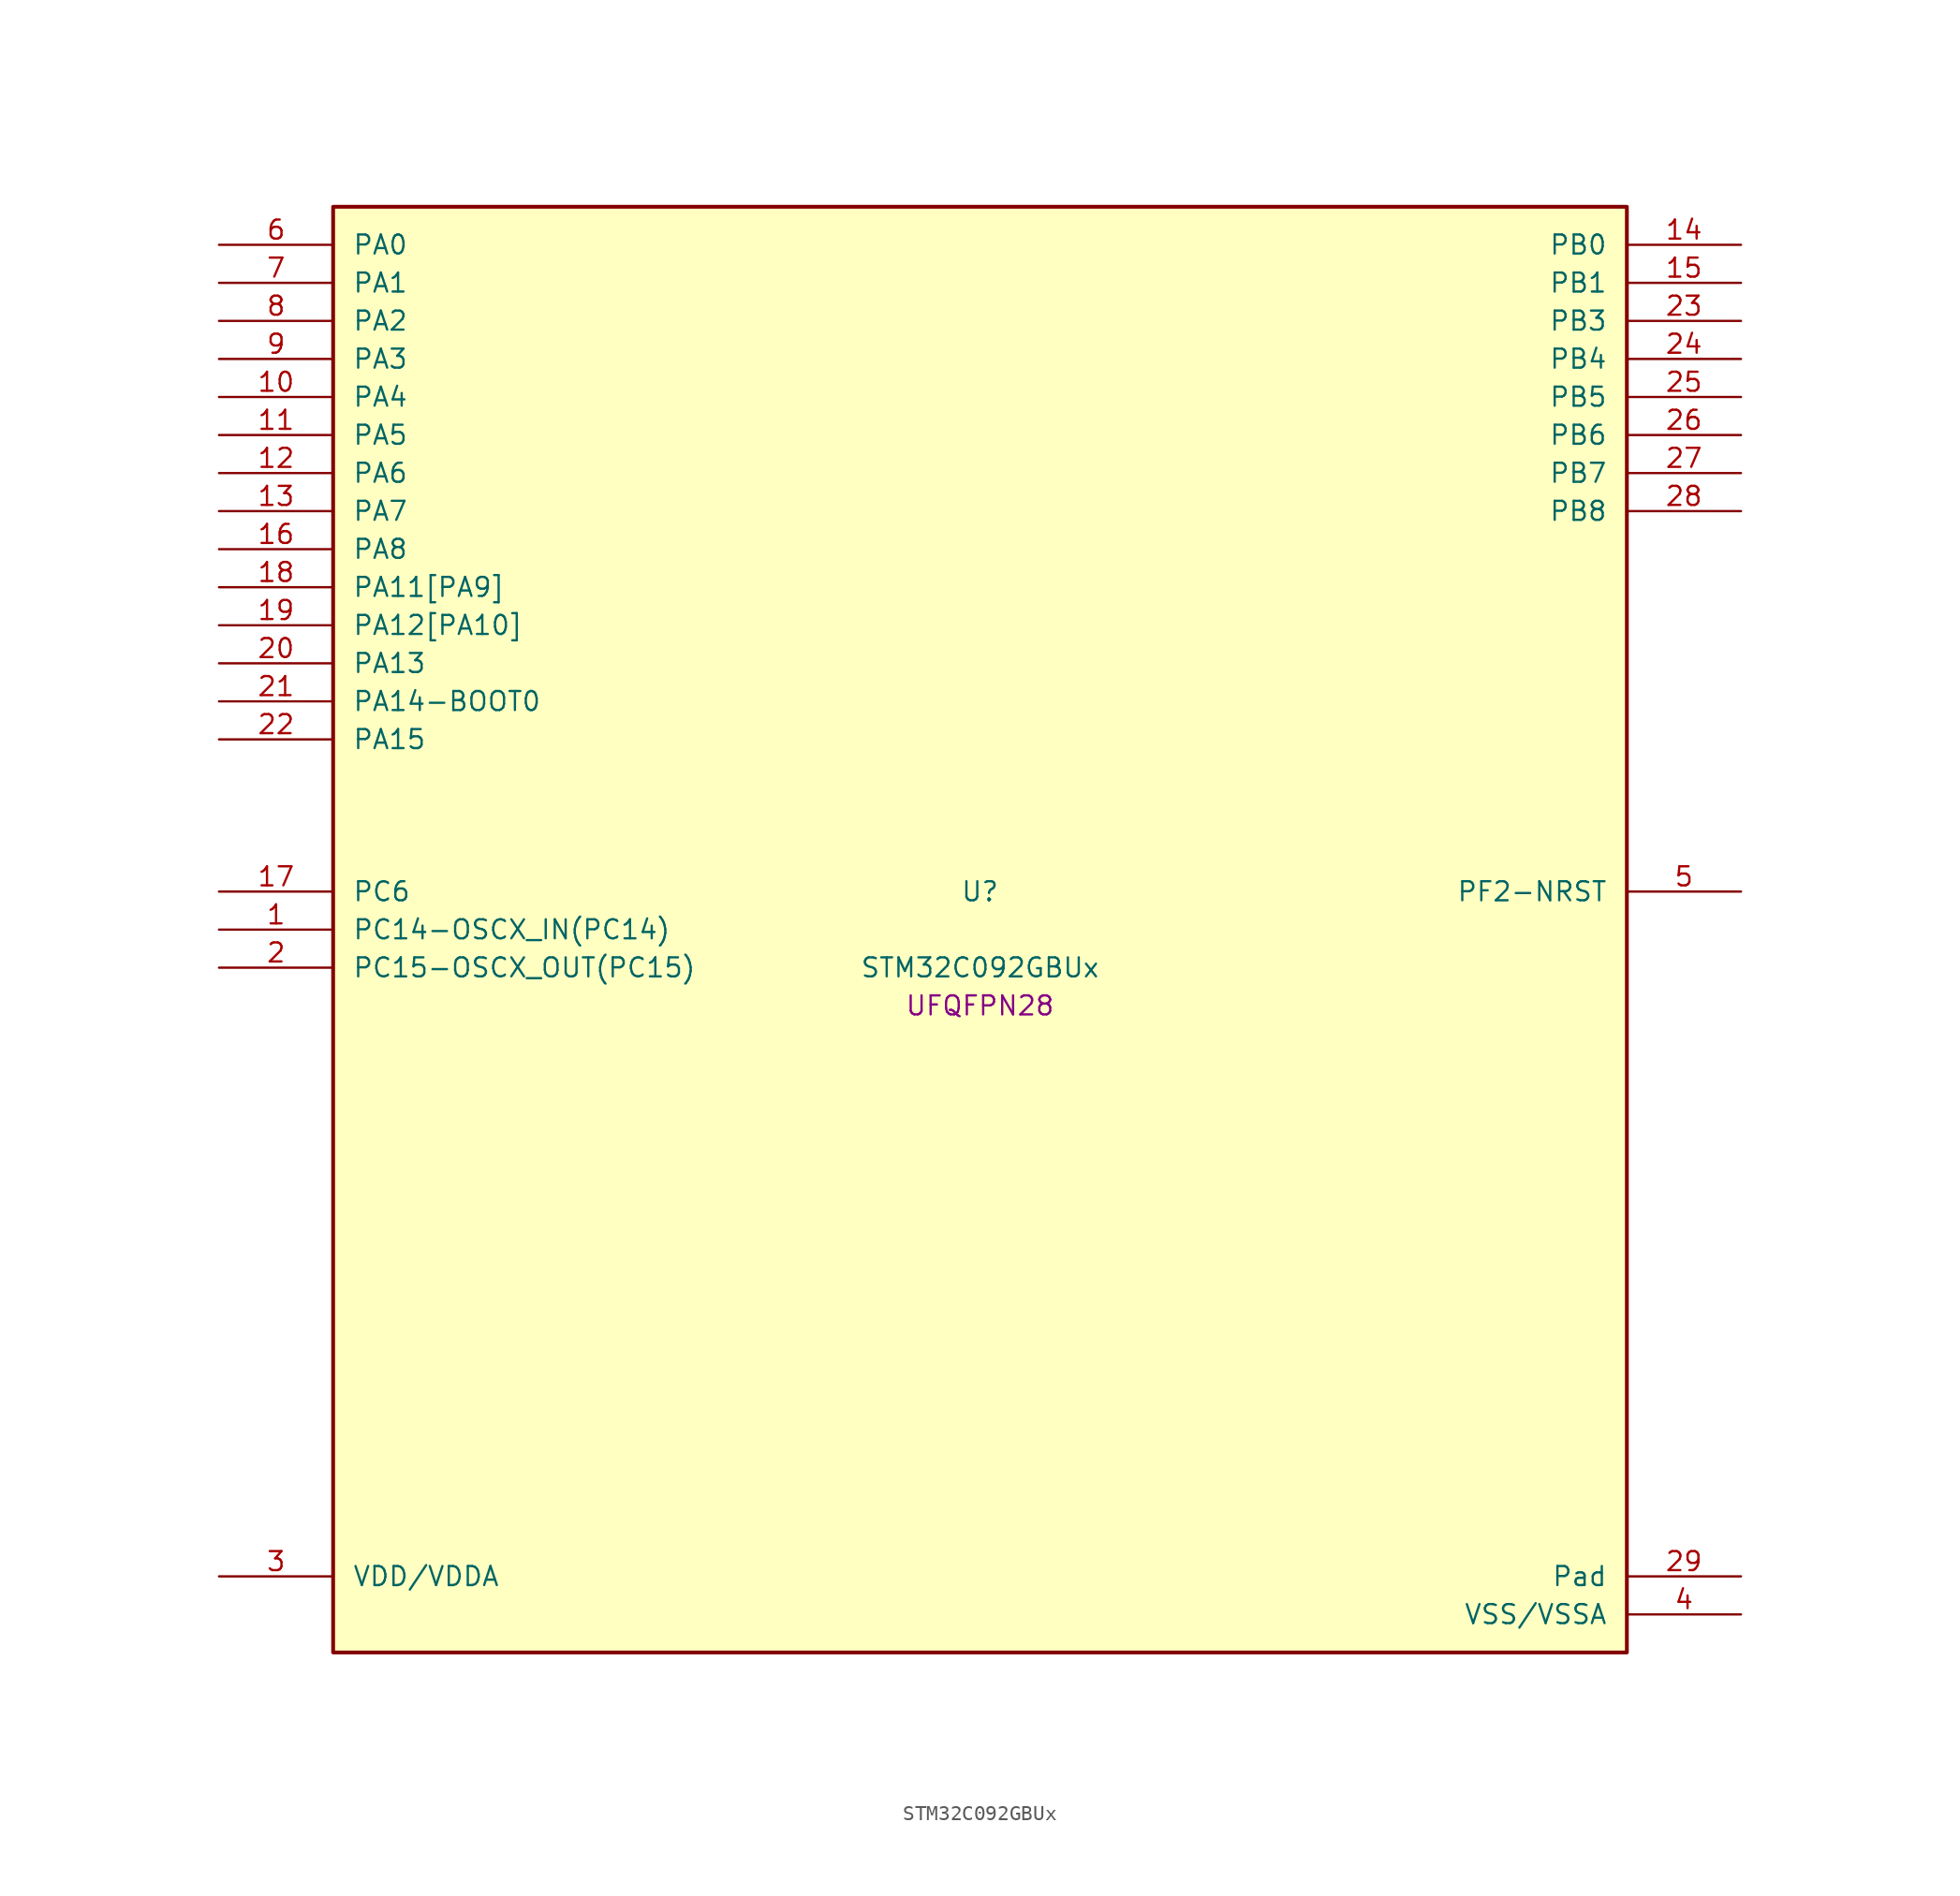
<source format=kicad_sym>
(kicad_symbol_lib
  (version 20241209)
  (generator "stm32_pkl_generator")
  (generator_version "1.0")
  (symbol "STM32C092GBUx"
    (pin_names
      (offset 1.27))
    (property "Reference" "U"
      (at 0 2.54 0))
    (property "Value" "STM32C092GBUx"
      (at 0 -2.54 0))
    (property "Footprint" "UFQFPN28"
      (at 0 -5.08 0))
    (symbol "STM32C092GBUx_1_1"
      (rectangle (start -43.18 48.26) (end 43.18 -48.26) (stroke (width 0.254) (type solid)) (fill (type background)))
      (pin bidirectional line (at -50.8 45.72 0) (length 7.62) (name "PA0") (number "6") (alternate "PA0/ADC1_IN0" bidirectional line) (alternate "PA0/PWR_WKUP1" bidirectional line) (alternate "PA0/SPI2_SCK" bidirectional line) (alternate "PA0/TIM16_CH1" bidirectional line) (alternate "PA0/TIM1_CH1" bidirectional line) (alternate "PA0/TIM2_CH1" bidirectional line) (alternate "PA0/TIM2_ETR" bidirectional line) (alternate "PA0/USART1_TX" bidirectional line) (alternate "PA0/USART2_CTS" bidirectional line) (alternate "PA0/USART2_NSS" bidirectional line) (alternate "PA0/USART4_TX" bidirectional line))
      (pin bidirectional line (at -50.8 43.18 0) (length 7.62) (name "PA1") (number "7") (alternate "PA1/ADC1_IN1" bidirectional line) (alternate "PA1/I2C1_SMBA" bidirectional line) (alternate "PA1/I2S1_CK" bidirectional line) (alternate "PA1/SPI1_SCK" bidirectional line) (alternate "PA1/TIM15_CH1N" bidirectional line) (alternate "PA1/TIM17_CH1" bidirectional line) (alternate "PA1/TIM1_CH2" bidirectional line) (alternate "PA1/TIM2_CH2" bidirectional line) (alternate "PA1/USART1_RX" bidirectional line) (alternate "PA1/USART2_CK" bidirectional line) (alternate "PA1/USART2_DE" bidirectional line) (alternate "PA1/USART2_RTS" bidirectional line) (alternate "PA1/USART4_RX" bidirectional line))
      (pin bidirectional line (at -50.8 40.64 0) (length 7.62) (name "PA2") (number "8") (alternate "PA2/ADC1_IN2" bidirectional line) (alternate "PA2/I2S1_SD" bidirectional line) (alternate "PA2/PWR_WKUP4" bidirectional line) (alternate "PA2/RCC_LSCO" bidirectional line) (alternate "PA2/SPI1_MOSI" bidirectional line) (alternate "PA2/TIM15_CH1" bidirectional line) (alternate "PA2/TIM16_CH1N" bidirectional line) (alternate "PA2/TIM1_CH3" bidirectional line) (alternate "PA2/TIM2_CH3" bidirectional line) (alternate "PA2/TIM3_ETR" bidirectional line) (alternate "PA2/USART2_TX" bidirectional line))
      (pin bidirectional line (at -50.8 38.1 0) (length 7.62) (name "PA3") (number "9") (alternate "PA3/ADC1_IN3" bidirectional line) (alternate "PA3/SPI2_MISO" bidirectional line) (alternate "PA3/TIM15_CH2" bidirectional line) (alternate "PA3/TIM1_CH1N" bidirectional line) (alternate "PA3/TIM1_CH4" bidirectional line) (alternate "PA3/TIM2_CH4" bidirectional line) (alternate "PA3/USART2_RX" bidirectional line))
      (pin bidirectional line (at -50.8 35.56 0) (length 7.62) (name "PA4") (number "10") (alternate "PA4/ADC1_IN4" bidirectional line) (alternate "PA4/I2S1_WS" bidirectional line) (alternate "PA4/PWR_WKUP2" bidirectional line) (alternate "PA4/RTC_OUT1" bidirectional line) (alternate "PA4/RTC_TS" bidirectional line) (alternate "PA4/SPI1_NSS" bidirectional line) (alternate "PA4/SPI2_MOSI" bidirectional line) (alternate "PA4/TIM14_CH1" bidirectional line) (alternate "PA4/TIM17_CH1N" bidirectional line) (alternate "PA4/TIM1_CH2N" bidirectional line) (alternate "PA4/USART2_TX" bidirectional line))
      (pin bidirectional line (at -50.8 33.02 0) (length 7.62) (name "PA5") (number "11") (alternate "PA5/ADC1_IN5" bidirectional line) (alternate "PA5/I2S1_CK" bidirectional line) (alternate "PA5/SPI1_SCK" bidirectional line) (alternate "PA5/TIM1_CH1" bidirectional line) (alternate "PA5/TIM1_CH3N" bidirectional line) (alternate "PA5/TIM2_CH1" bidirectional line) (alternate "PA5/TIM2_ETR" bidirectional line) (alternate "PA5/USART2_RX" bidirectional line) (alternate "PA5/USART3_TX" bidirectional line))
      (pin bidirectional line (at -50.8 30.48 0) (length 7.62) (name "PA6") (number "12") (alternate "PA6/ADC1_IN6" bidirectional line) (alternate "PA6/I2C2_SDA" bidirectional line) (alternate "PA6/I2S1_MCK" bidirectional line) (alternate "PA6/SPI1_MISO" bidirectional line) (alternate "PA6/TIM16_CH1" bidirectional line) (alternate "PA6/TIM1_BKIN" bidirectional line) (alternate "PA6/TIM3_CH1" bidirectional line) (alternate "PA6/USART3_CTS" bidirectional line) (alternate "PA6/USART3_NSS" bidirectional line))
      (pin bidirectional line (at -50.8 27.94 0) (length 7.62) (name "PA7") (number "13") (alternate "PA7/ADC1_IN7" bidirectional line) (alternate "PA7/I2C2_SCL" bidirectional line) (alternate "PA7/I2S1_SD" bidirectional line) (alternate "PA7/SPI1_MOSI" bidirectional line) (alternate "PA7/TIM14_CH1" bidirectional line) (alternate "PA7/TIM17_CH1" bidirectional line) (alternate "PA7/TIM1_CH1N" bidirectional line) (alternate "PA7/TIM3_CH2" bidirectional line))
      (pin bidirectional line (at -50.8 25.4 0) (length 7.62) (name "PA8") (number "16") (alternate "PA8/ADC1_IN8" bidirectional line) (alternate "PA8/I2S1_WS" bidirectional line) (alternate "PA8/RCC_MCO" bidirectional line) (alternate "PA8/RCC_MCO_2" bidirectional line) (alternate "PA8/SPI1_NSS" bidirectional line) (alternate "PA8/SPI2_MISO" bidirectional line) (alternate "PA8/SPI2_NSS" bidirectional line) (alternate "PA8/TIM14_CH1" bidirectional line) (alternate "PA8/TIM1_CH1" bidirectional line) (alternate "PA8/TIM1_CH2N" bidirectional line) (alternate "PA8/TIM1_CH3N" bidirectional line) (alternate "PA8/TIM3_CH3" bidirectional line) (alternate "PA8/TIM3_CH4" bidirectional line) (alternate "PA8/USART1_RX" bidirectional line) (alternate "PA8/USART2_TX" bidirectional line))
      (pin bidirectional line (at -50.8 22.86 0) (length 7.62) (name "PA11[PA9]") (number "18") (alternate "PA11[PA9]/ADC1_EXTI11" bidirectional line) (alternate "PA11[PA9]/FDCAN1_RX" bidirectional line) (alternate "PA11[PA9]/I2C2_SCL" bidirectional line) (alternate "PA11[PA9]/I2S1_MCK" bidirectional line) (alternate "PA11[PA9]/SPI1_MISO" bidirectional line) (alternate "PA11[PA9]/TIM1_BKIN2" bidirectional line) (alternate "PA11[PA9]/TIM1_CH4" bidirectional line) (alternate "PA11[PA9]/USART1_CTS" bidirectional line) (alternate "PA11[PA9]/USART1_NSS" bidirectional line) (alternate "PA11[PA9]/PA9[PA11]" bidirectional line) (alternate "PA11[PA9]/I2C1_SCL" bidirectional line) (alternate "PA11[PA9]/RCC_MCO" bidirectional line) (alternate "PA11[PA9]/SPI2_MISO" bidirectional line) (alternate "PA11[PA9]/TIM15_BKIN" bidirectional line) (alternate "PA11[PA9]/TIM1_CH2" bidirectional line) (alternate "PA11[PA9]/TIM3_ETR" bidirectional line) (alternate "PA11[PA9]/USART1_TX" bidirectional line))
      (pin bidirectional line (at -50.8 20.32 0) (length 7.62) (name "PA12[PA10]") (number "19") (alternate "PA12[PA10]/FDCAN1_TX" bidirectional line) (alternate "PA12[PA10]/I2C2_SDA" bidirectional line) (alternate "PA12[PA10]/I2S1_SD" bidirectional line) (alternate "PA12[PA10]/I2S_CKIN" bidirectional line) (alternate "PA12[PA10]/SPI1_MOSI" bidirectional line) (alternate "PA12[PA10]/TIM1_ETR" bidirectional line) (alternate "PA12[PA10]/USART1_CK" bidirectional line) (alternate "PA12[PA10]/USART1_DE" bidirectional line) (alternate "PA12[PA10]/USART1_RTS" bidirectional line) (alternate "PA12[PA10]/PA10[PA12]" bidirectional line) (alternate "PA12[PA10]/I2C1_SDA" bidirectional line) (alternate "PA12[PA10]/RCC_MCO_2" bidirectional line) (alternate "PA12[PA10]/SPI2_MOSI" bidirectional line) (alternate "PA12[PA10]/TIM17_BKIN" bidirectional line) (alternate "PA12[PA10]/TIM1_CH3" bidirectional line) (alternate "PA12[PA10]/USART1_RX" bidirectional line))
      (pin bidirectional line (at -50.8 17.78 0) (length 7.62) (name "PA13") (number "20") (alternate "PA13/ADC1_IN13" bidirectional line) (alternate "PA13/DEBUG_SWDIO" bidirectional line) (alternate "PA13/IR_OUT" bidirectional line) (alternate "PA13/TIM3_ETR" bidirectional line) (alternate "PA13/USART2_RX" bidirectional line))
      (pin bidirectional line (at -50.8 15.24 0) (length 7.62) (name "PA14-BOOT0") (number "21") (alternate "PA14-BOOT0/ADC1_IN14" bidirectional line) (alternate "PA14-BOOT0/BOOT0" bidirectional line) (alternate "PA14-BOOT0/DEBUG_SWCLK" bidirectional line) (alternate "PA14-BOOT0/I2S1_WS" bidirectional line) (alternate "PA14-BOOT0/RCC_MCO_2" bidirectional line) (alternate "PA14-BOOT0/SPI1_NSS" bidirectional line) (alternate "PA14-BOOT0/TIM1_CH1" bidirectional line) (alternate "PA14-BOOT0/USART1_CK" bidirectional line) (alternate "PA14-BOOT0/USART1_DE" bidirectional line) (alternate "PA14-BOOT0/USART1_RTS" bidirectional line) (alternate "PA14-BOOT0/USART2_RX" bidirectional line) (alternate "PA14-BOOT0/USART2_TX" bidirectional line))
      (pin bidirectional line (at -50.8 12.7 0) (length 7.62) (name "PA15") (number "22") (alternate "PA15/I2S1_WS" bidirectional line) (alternate "PA15/RCC_MCO_2" bidirectional line) (alternate "PA15/SPI1_NSS" bidirectional line) (alternate "PA15/TIM1_CH1" bidirectional line) (alternate "PA15/TIM2_CH1" bidirectional line) (alternate "PA15/TIM2_ETR" bidirectional line) (alternate "PA15/USART1_CK" bidirectional line) (alternate "PA15/USART1_DE" bidirectional line) (alternate "PA15/USART1_RTS" bidirectional line) (alternate "PA15/USART2_RX" bidirectional line) (alternate "PA15/USART3_CK" bidirectional line) (alternate "PA15/USART3_DE" bidirectional line) (alternate "PA15/USART3_RTS" bidirectional line) (alternate "PA15/USART4_CK" bidirectional line) (alternate "PA15/USART4_DE" bidirectional line) (alternate "PA15/USART4_RTS" bidirectional line))
      (pin bidirectional line (at 50.8 45.72 180) (length 7.62) (name "PB0") (number "14") (alternate "PB0/ADC1_IN17" bidirectional line) (alternate "PB0/FDCAN1_RX" bidirectional line) (alternate "PB0/I2S1_WS" bidirectional line) (alternate "PB0/SPI1_NSS" bidirectional line) (alternate "PB0/TIM1_CH2N" bidirectional line) (alternate "PB0/TIM3_CH3" bidirectional line) (alternate "PB0/USART3_RX" bidirectional line))
      (pin bidirectional line (at 50.8 43.18 180) (length 7.62) (name "PB1") (number "15") (alternate "PB1/ADC1_IN18" bidirectional line) (alternate "PB1/FDCAN1_TX" bidirectional line) (alternate "PB1/TIM14_CH1" bidirectional line) (alternate "PB1/TIM1_CH2N" bidirectional line) (alternate "PB1/TIM1_CH3N" bidirectional line) (alternate "PB1/TIM3_CH4" bidirectional line) (alternate "PB1/USART3_CK" bidirectional line) (alternate "PB1/USART3_DE" bidirectional line) (alternate "PB1/USART3_RTS" bidirectional line))
      (pin bidirectional line (at 50.8 40.64 180) (length 7.62) (name "PB3") (number "23") (alternate "PB3/I2C2_SCL" bidirectional line) (alternate "PB3/I2S1_CK" bidirectional line) (alternate "PB3/SPI1_SCK" bidirectional line) (alternate "PB3/TIM1_CH2" bidirectional line) (alternate "PB3/TIM2_CH2" bidirectional line) (alternate "PB3/TIM3_CH2" bidirectional line) (alternate "PB3/USART1_CK" bidirectional line) (alternate "PB3/USART1_DE" bidirectional line) (alternate "PB3/USART1_RTS" bidirectional line))
      (pin bidirectional line (at 50.8 38.1 180) (length 7.62) (name "PB4") (number "24") (alternate "PB4/I2C2_SDA" bidirectional line) (alternate "PB4/I2S1_MCK" bidirectional line) (alternate "PB4/SPI1_MISO" bidirectional line) (alternate "PB4/TIM17_BKIN" bidirectional line) (alternate "PB4/TIM3_CH1" bidirectional line) (alternate "PB4/USART1_CTS" bidirectional line) (alternate "PB4/USART1_NSS" bidirectional line))
      (pin bidirectional line (at 50.8 35.56 180) (length 7.62) (name "PB5") (number "25") (alternate "PB5/FDCAN1_RX" bidirectional line) (alternate "PB5/I2C1_SMBA" bidirectional line) (alternate "PB5/I2S1_SD" bidirectional line) (alternate "PB5/PWR_WKUP6" bidirectional line) (alternate "PB5/SPI1_MOSI" bidirectional line) (alternate "PB5/TIM16_BKIN" bidirectional line) (alternate "PB5/TIM3_CH2" bidirectional line) (alternate "PB5/TIM3_CH3" bidirectional line))
      (pin bidirectional line (at 50.8 33.02 180) (length 7.62) (name "PB6") (number "26") (alternate "PB6/FDCAN1_TX" bidirectional line) (alternate "PB6/I2C1_SCL" bidirectional line) (alternate "PB6/I2C1_SMBA" bidirectional line) (alternate "PB6/I2S1_CK" bidirectional line) (alternate "PB6/I2S1_MCK" bidirectional line) (alternate "PB6/I2S1_SD" bidirectional line) (alternate "PB6/PWR_WKUP3" bidirectional line) (alternate "PB6/SPI1_MISO" bidirectional line) (alternate "PB6/SPI1_MOSI" bidirectional line) (alternate "PB6/SPI1_SCK" bidirectional line) (alternate "PB6/SPI2_MISO" bidirectional line) (alternate "PB6/TIM16_BKIN" bidirectional line) (alternate "PB6/TIM16_CH1N" bidirectional line) (alternate "PB6/TIM1_CH2" bidirectional line) (alternate "PB6/TIM1_CH3" bidirectional line) (alternate "PB6/TIM3_CH1" bidirectional line) (alternate "PB6/TIM3_CH2" bidirectional line) (alternate "PB6/TIM3_CH3" bidirectional line) (alternate "PB6/USART1_CTS" bidirectional line) (alternate "PB6/USART1_NSS" bidirectional line) (alternate "PB6/USART1_TX" bidirectional line))
      (pin bidirectional line (at 50.8 30.48 180) (length 7.62) (name "PB7") (number "27") (alternate "PB7/I2C1_SCL" bidirectional line) (alternate "PB7/I2C1_SDA" bidirectional line) (alternate "PB7/RTC_REFIN" bidirectional line) (alternate "PB7/SPI2_MOSI" bidirectional line) (alternate "PB7/TIM16_CH1" bidirectional line) (alternate "PB7/TIM17_CH1N" bidirectional line) (alternate "PB7/TIM1_CH4" bidirectional line) (alternate "PB7/TIM3_CH1" bidirectional line) (alternate "PB7/TIM3_CH4" bidirectional line) (alternate "PB7/USART1_RX" bidirectional line) (alternate "PB7/USART2_CTS" bidirectional line) (alternate "PB7/USART2_NSS" bidirectional line) (alternate "PB7/USART4_CTS" bidirectional line) (alternate "PB7/USART4_NSS" bidirectional line))
      (pin bidirectional line (at 50.8 27.94 180) (length 7.62) (name "PB8") (number "28") (alternate "PB8/FDCAN1_RX" bidirectional line) (alternate "PB8/I2C1_SCL" bidirectional line) (alternate "PB8/SPI2_SCK" bidirectional line) (alternate "PB8/TIM15_BKIN" bidirectional line) (alternate "PB8/TIM16_CH1" bidirectional line) (alternate "PB8/TIM3_CH1" bidirectional line) (alternate "PB8/USART2_CTS" bidirectional line) (alternate "PB8/USART2_NSS" bidirectional line) (alternate "PB8/USART3_TX" bidirectional line))
      (pin bidirectional line (at -50.8 2.54 0) (length 7.62) (name "PC6") (number "17") (alternate "PC6/TIM2_CH3" bidirectional line) (alternate "PC6/TIM3_CH1" bidirectional line))
      (pin bidirectional line (at -50.8 0 0) (length 7.62) (name "PC14-OSCX_IN(PC14)") (number "1") (alternate "PC14-OSCX_IN(PC14)/FDCAN1_TX" bidirectional line) (alternate "PC14-OSCX_IN(PC14)/I2C1_SDA" bidirectional line) (alternate "PC14-OSCX_IN(PC14)/IR_OUT" bidirectional line) (alternate "PC14-OSCX_IN(PC14)/RCC_OSCX_IN" bidirectional line) (alternate "PC14-OSCX_IN(PC14)/SPI2_NSS" bidirectional line) (alternate "PC14-OSCX_IN(PC14)/TIM17_CH1" bidirectional line) (alternate "PC14-OSCX_IN(PC14)/TIM1_BKIN2" bidirectional line) (alternate "PC14-OSCX_IN(PC14)/TIM1_ETR" bidirectional line) (alternate "PC14-OSCX_IN(PC14)/TIM3_CH2" bidirectional line) (alternate "PC14-OSCX_IN(PC14)/USART1_TX" bidirectional line) (alternate "PC14-OSCX_IN(PC14)/USART2_CK" bidirectional line) (alternate "PC14-OSCX_IN(PC14)/USART2_DE" bidirectional line) (alternate "PC14-OSCX_IN(PC14)/USART2_RTS" bidirectional line) (alternate "PC14-OSCX_IN(PC14)/USART3_TX" bidirectional line))
      (pin bidirectional line (at -50.8 -2.54 0) (length 7.62) (name "PC15-OSCX_OUT(PC15)") (number "2") (alternate "PC15-OSCX_OUT(PC15)/RCC_OSC32_EN" bidirectional line) (alternate "PC15-OSCX_OUT(PC15)/RCC_OSCX_OUT" bidirectional line) (alternate "PC15-OSCX_OUT(PC15)/RCC_OSC_EN" bidirectional line) (alternate "PC15-OSCX_OUT(PC15)/TIM15_BKIN" bidirectional line) (alternate "PC15-OSCX_OUT(PC15)/TIM1_ETR" bidirectional line) (alternate "PC15-OSCX_OUT(PC15)/TIM3_CH3" bidirectional line))
      (pin bidirectional line (at 50.8 2.54 180) (length 7.62) (name "PF2-NRST") (number "5") (alternate "PF2-NRST/RCC_MCO" bidirectional line) (alternate "PF2-NRST/TIM1_CH4" bidirectional line))
      (pin power_in line (at -50.8 -43.18 0) (length 7.62) (name "VDD/VDDA") (number "3"))
      (pin passive line (at 50.8 -43.18 180) (length 7.62) (name "Pad") (number "29"))
      (pin power_in line (at 50.8 -45.72 180) (length 7.62) (name "VSS/VSSA") (number "4")))))
</source>
